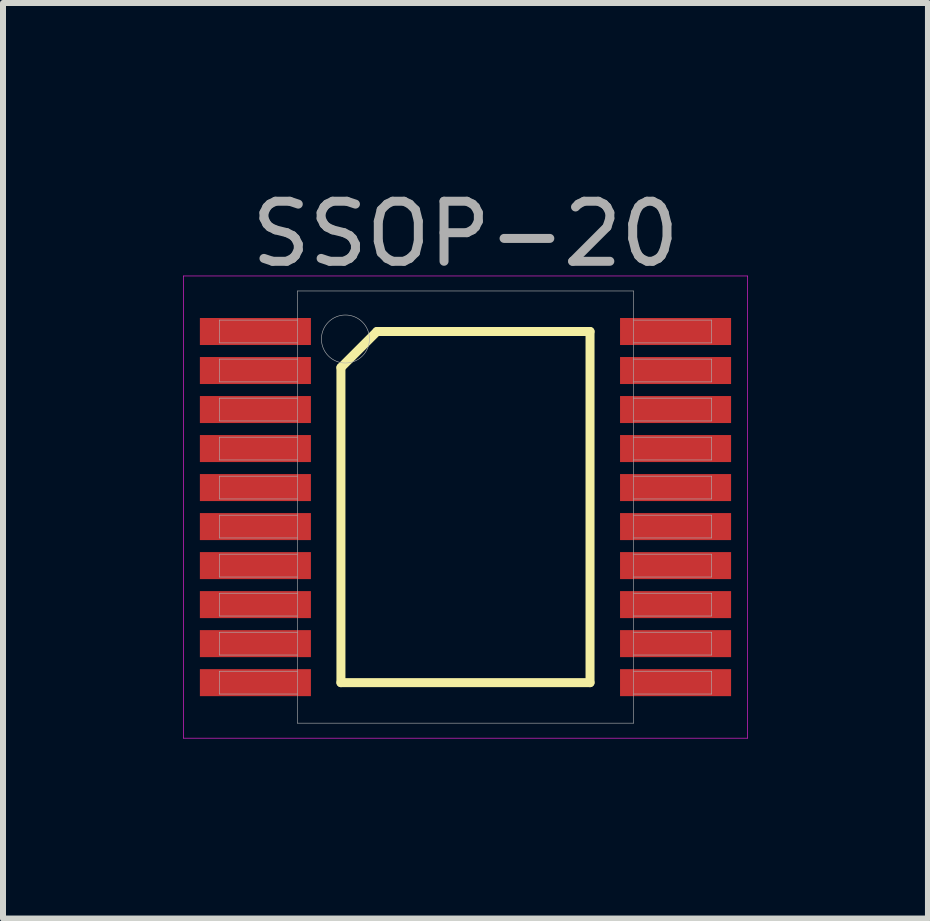
<source format=kicad_pcb>
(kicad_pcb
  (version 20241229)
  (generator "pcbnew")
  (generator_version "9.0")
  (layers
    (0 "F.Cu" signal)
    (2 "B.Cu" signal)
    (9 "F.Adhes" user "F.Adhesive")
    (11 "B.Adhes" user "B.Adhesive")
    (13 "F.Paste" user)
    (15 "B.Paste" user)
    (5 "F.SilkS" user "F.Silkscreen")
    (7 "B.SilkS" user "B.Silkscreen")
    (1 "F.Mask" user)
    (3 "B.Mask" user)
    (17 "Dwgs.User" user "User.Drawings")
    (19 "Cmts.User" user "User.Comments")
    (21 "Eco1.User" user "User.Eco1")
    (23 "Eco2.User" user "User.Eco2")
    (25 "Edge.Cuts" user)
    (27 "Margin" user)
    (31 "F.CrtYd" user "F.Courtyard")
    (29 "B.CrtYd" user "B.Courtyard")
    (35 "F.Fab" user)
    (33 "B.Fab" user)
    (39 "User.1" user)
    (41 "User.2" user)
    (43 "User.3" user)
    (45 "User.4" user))
  (footprint "SSOP-20"
    (layer "F.Cu")
    (at 4.705 5.398)
    (property "Reference" "SSOP-20" (at 0 -4.55 0) (layer "F.Fab") (effects (font (size 1 1) (thickness 0.15))))
    (attr smd)
    (fp_line (start -2.075 -2.325) (end -1.475 -2.925) (stroke (width 0.15) (type solid)) (layer "F.SilkS"))
    (fp_line (start -2.075 2.925) (end -2.075 -2.325) (stroke (width 0.15) (type solid)) (layer "F.SilkS"))
    (fp_line (start -1.475 -2.925) (end 2.075 -2.925) (stroke (width 0.15) (type solid)) (layer "F.SilkS"))
    (fp_line (start 2.075 -2.925) (end 2.075 2.925) (stroke (width 0.15) (type solid)) (layer "F.SilkS"))
    (fp_line (start 2.075 2.925) (end -2.075 2.925) (stroke (width 0.15) (type solid)) (layer "F.SilkS"))
    (fp_line (start -4.7 -3.85) (end 4.7 -3.85) (stroke (width 0.01) (type solid)) (layer "F.CrtYd"))
    (fp_line (start -4.7 3.85) (end -4.7 -3.85) (stroke (width 0.01) (type solid)) (layer "F.CrtYd"))
    (fp_line (start 4.7 -3.85) (end 4.7 3.85) (stroke (width 0.01) (type solid)) (layer "F.CrtYd"))
    (fp_line (start 4.7 3.85) (end -4.7 3.85) (stroke (width 0.01) (type solid)) (layer "F.CrtYd"))
    (fp_line (start -4.1 -3.115) (end -2.8 -3.115) (stroke (width 0.01) (type solid)) (layer "F.Fab"))
    (fp_line (start -4.1 -2.735) (end -4.1 -3.115) (stroke (width 0.01) (type solid)) (layer "F.Fab"))
    (fp_line (start -4.1 -2.465) (end -2.8 -2.465) (stroke (width 0.01) (type solid)) (layer "F.Fab"))
    (fp_line (start -4.1 -2.085) (end -4.1 -2.465) (stroke (width 0.01) (type solid)) (layer "F.Fab"))
    (fp_line (start -4.1 -1.815) (end -2.8 -1.815) (stroke (width 0.01) (type solid)) (layer "F.Fab"))
    (fp_line (start -4.1 -1.435) (end -4.1 -1.815) (stroke (width 0.01) (type solid)) (layer "F.Fab"))
    (fp_line (start -4.1 -1.165) (end -2.8 -1.165) (stroke (width 0.01) (type solid)) (layer "F.Fab"))
    (fp_line (start -4.1 -0.785) (end -4.1 -1.165) (stroke (width 0.01) (type solid)) (layer "F.Fab"))
    (fp_line (start -4.1 -0.515) (end -2.8 -0.515) (stroke (width 0.01) (type solid)) (layer "F.Fab"))
    (fp_line (start -4.1 -0.135) (end -4.1 -0.515) (stroke (width 0.01) (type solid)) (layer "F.Fab"))
    (fp_line (start -4.1 0.135) (end -2.8 0.135) (stroke (width 0.01) (type solid)) (layer "F.Fab"))
    (fp_line (start -4.1 0.515) (end -4.1 0.135) (stroke (width 0.01) (type solid)) (layer "F.Fab"))
    (fp_line (start -4.1 0.785) (end -2.8 0.785) (stroke (width 0.01) (type solid)) (layer "F.Fab"))
    (fp_line (start -4.1 1.165) (end -4.1 0.785) (stroke (width 0.01) (type solid)) (layer "F.Fab"))
    (fp_line (start -4.1 1.435) (end -2.8 1.435) (stroke (width 0.01) (type solid)) (layer "F.Fab"))
    (fp_line (start -4.1 1.815) (end -4.1 1.435) (stroke (width 0.01) (type solid)) (layer "F.Fab"))
    (fp_line (start -4.1 2.085) (end -2.8 2.085) (stroke (width 0.01) (type solid)) (layer "F.Fab"))
    (fp_line (start -4.1 2.465) (end -4.1 2.085) (stroke (width 0.01) (type solid)) (layer "F.Fab"))
    (fp_line (start -4.1 2.735) (end -2.8 2.735) (stroke (width 0.01) (type solid)) (layer "F.Fab"))
    (fp_line (start -4.1 3.115) (end -4.1 2.735) (stroke (width 0.01) (type solid)) (layer "F.Fab"))
    (fp_line (start -2.8 -3.6) (end 2.8 -3.6) (stroke (width 0.01) (type solid)) (layer "F.Fab"))
    (fp_line (start -2.8 -2.735) (end -4.1 -2.735) (stroke (width 0.01) (type solid)) (layer "F.Fab"))
    (fp_line (start -2.8 -2.085) (end -4.1 -2.085) (stroke (width 0.01) (type solid)) (layer "F.Fab"))
    (fp_line (start -2.8 -1.435) (end -4.1 -1.435) (stroke (width 0.01) (type solid)) (layer "F.Fab"))
    (fp_line (start -2.8 -0.785) (end -4.1 -0.785) (stroke (width 0.01) (type solid)) (layer "F.Fab"))
    (fp_line (start -2.8 -0.135) (end -4.1 -0.135) (stroke (width 0.01) (type solid)) (layer "F.Fab"))
    (fp_line (start -2.8 0.515) (end -4.1 0.515) (stroke (width 0.01) (type solid)) (layer "F.Fab"))
    (fp_line (start -2.8 1.165) (end -4.1 1.165) (stroke (width 0.01) (type solid)) (layer "F.Fab"))
    (fp_line (start -2.8 1.815) (end -4.1 1.815) (stroke (width 0.01) (type solid)) (layer "F.Fab"))
    (fp_line (start -2.8 2.465) (end -4.1 2.465) (stroke (width 0.01) (type solid)) (layer "F.Fab"))
    (fp_line (start -2.8 3.115) (end -4.1 3.115) (stroke (width 0.01) (type solid)) (layer "F.Fab"))
    (fp_line (start -2.8 3.6) (end -2.8 -3.6) (stroke (width 0.01) (type solid)) (layer "F.Fab"))
    (fp_line (start 2.8 -3.6) (end 2.8 3.6) (stroke (width 0.01) (type solid)) (layer "F.Fab"))
    (fp_line (start 2.8 -3.115) (end 4.1 -3.115) (stroke (width 0.01) (type solid)) (layer "F.Fab"))
    (fp_line (start 2.8 -2.465) (end 4.1 -2.465) (stroke (width 0.01) (type solid)) (layer "F.Fab"))
    (fp_line (start 2.8 -1.815) (end 4.1 -1.815) (stroke (width 0.01) (type solid)) (layer "F.Fab"))
    (fp_line (start 2.8 -1.165) (end 4.1 -1.165) (stroke (width 0.01) (type solid)) (layer "F.Fab"))
    (fp_line (start 2.8 -0.515) (end 4.1 -0.515) (stroke (width 0.01) (type solid)) (layer "F.Fab"))
    (fp_line (start 2.8 0.135) (end 4.1 0.135) (stroke (width 0.01) (type solid)) (layer "F.Fab"))
    (fp_line (start 2.8 0.785) (end 4.1 0.785) (stroke (width 0.01) (type solid)) (layer "F.Fab"))
    (fp_line (start 2.8 1.435) (end 4.1 1.435) (stroke (width 0.01) (type solid)) (layer "F.Fab"))
    (fp_line (start 2.8 2.085) (end 4.1 2.085) (stroke (width 0.01) (type solid)) (layer "F.Fab"))
    (fp_line (start 2.8 2.735) (end 4.1 2.735) (stroke (width 0.01) (type solid)) (layer "F.Fab"))
    (fp_line (start 2.8 3.6) (end -2.8 3.6) (stroke (width 0.01) (type solid)) (layer "F.Fab"))
    (fp_line (start 4.1 -3.115) (end 4.1 -2.735) (stroke (width 0.01) (type solid)) (layer "F.Fab"))
    (fp_line (start 4.1 -2.735) (end 2.8 -2.735) (stroke (width 0.01) (type solid)) (layer "F.Fab"))
    (fp_line (start 4.1 -2.465) (end 4.1 -2.085) (stroke (width 0.01) (type solid)) (layer "F.Fab"))
    (fp_line (start 4.1 -2.085) (end 2.8 -2.085) (stroke (width 0.01) (type solid)) (layer "F.Fab"))
    (fp_line (start 4.1 -1.815) (end 4.1 -1.435) (stroke (width 0.01) (type solid)) (layer "F.Fab"))
    (fp_line (start 4.1 -1.435) (end 2.8 -1.435) (stroke (width 0.01) (type solid)) (layer "F.Fab"))
    (fp_line (start 4.1 -1.165) (end 4.1 -0.785) (stroke (width 0.01) (type solid)) (layer "F.Fab"))
    (fp_line (start 4.1 -0.785) (end 2.8 -0.785) (stroke (width 0.01) (type solid)) (layer "F.Fab"))
    (fp_line (start 4.1 -0.515) (end 4.1 -0.135) (stroke (width 0.01) (type solid)) (layer "F.Fab"))
    (fp_line (start 4.1 -0.135) (end 2.8 -0.135) (stroke (width 0.01) (type solid)) (layer "F.Fab"))
    (fp_line (start 4.1 0.135) (end 4.1 0.515) (stroke (width 0.01) (type solid)) (layer "F.Fab"))
    (fp_line (start 4.1 0.515) (end 2.8 0.515) (stroke (width 0.01) (type solid)) (layer "F.Fab"))
    (fp_line (start 4.1 0.785) (end 4.1 1.165) (stroke (width 0.01) (type solid)) (layer "F.Fab"))
    (fp_line (start 4.1 1.165) (end 2.8 1.165) (stroke (width 0.01) (type solid)) (layer "F.Fab"))
    (fp_line (start 4.1 1.435) (end 4.1 1.815) (stroke (width 0.01) (type solid)) (layer "F.Fab"))
    (fp_line (start 4.1 1.815) (end 2.8 1.815) (stroke (width 0.01) (type solid)) (layer "F.Fab"))
    (fp_line (start 4.1 2.085) (end 4.1 2.465) (stroke (width 0.01) (type solid)) (layer "F.Fab"))
    (fp_line (start 4.1 2.465) (end 2.8 2.465) (stroke (width 0.01) (type solid)) (layer "F.Fab"))
    (fp_line (start 4.1 2.735) (end 4.1 3.115) (stroke (width 0.01) (type solid)) (layer "F.Fab"))
    (fp_line (start 4.1 3.115) (end 2.8 3.115) (stroke (width 0.01) (type solid)) (layer "F.Fab"))
    (fp_circle (center -2 -2.8) (end -2 -2.4) (stroke (width 0.01) (type solid)) (fill no) (layer "F.Fab"))
    (pad "1" smd rect (at -3.5 -2.925) (size 1.85 0.45) (layers "F.Cu" "F.Mask" "F.Paste"))
    (pad "2" smd rect (at -3.5 -2.275) (size 1.85 0.45) (layers "F.Cu" "F.Mask" "F.Paste"))
    (pad "3" smd rect (at -3.5 -1.625) (size 1.85 0.45) (layers "F.Cu" "F.Mask" "F.Paste"))
    (pad "4" smd rect (at -3.5 -0.975) (size 1.85 0.45) (layers "F.Cu" "F.Mask" "F.Paste"))
    (pad "5" smd rect (at -3.5 -0.325) (size 1.85 0.45) (layers "F.Cu" "F.Mask" "F.Paste"))
    (pad "6" smd rect (at -3.5 0.325) (size 1.85 0.45) (layers "F.Cu" "F.Mask" "F.Paste"))
    (pad "7" smd rect (at -3.5 0.975) (size 1.85 0.45) (layers "F.Cu" "F.Mask" "F.Paste"))
    (pad "8" smd rect (at -3.5 1.625) (size 1.85 0.45) (layers "F.Cu" "F.Mask" "F.Paste"))
    (pad "9" smd rect (at -3.5 2.275) (size 1.85 0.45) (layers "F.Cu" "F.Mask" "F.Paste"))
    (pad "10" smd rect (at -3.5 2.925) (size 1.85 0.45) (layers "F.Cu" "F.Mask" "F.Paste"))
    (pad "11" smd rect (at 3.5 2.925) (size 1.85 0.45) (layers "F.Cu" "F.Mask" "F.Paste"))
    (pad "12" smd rect (at 3.5 2.275) (size 1.85 0.45) (layers "F.Cu" "F.Mask" "F.Paste"))
    (pad "13" smd rect (at 3.5 1.625) (size 1.85 0.45) (layers "F.Cu" "F.Mask" "F.Paste"))
    (pad "14" smd rect (at 3.5 0.975) (size 1.85 0.45) (layers "F.Cu" "F.Mask" "F.Paste"))
    (pad "15" smd rect (at 3.5 0.325) (size 1.85 0.45) (layers "F.Cu" "F.Mask" "F.Paste"))
    (pad "16" smd rect (at 3.5 -0.325) (size 1.85 0.45) (layers "F.Cu" "F.Mask" "F.Paste"))
    (pad "17" smd rect (at 3.5 -0.975) (size 1.85 0.45) (layers "F.Cu" "F.Mask" "F.Paste"))
    (pad "18" smd rect (at 3.5 -1.625) (size 1.85 0.45) (layers "F.Cu" "F.Mask" "F.Paste"))
    (pad "19" smd rect (at 3.5 -2.275) (size 1.85 0.45) (layers "F.Cu" "F.Mask" "F.Paste"))
    (pad "20" smd rect (at 3.5 -2.925) (size 1.85 0.45) (layers "F.Cu" "F.Mask" "F.Paste")))
  (gr_rect
    (start -3 -3)
    (end 12.41 12.253)
    (stroke (width 0.1) (type default))
    (fill no)
    (layer "Edge.Cuts")))
</source>
